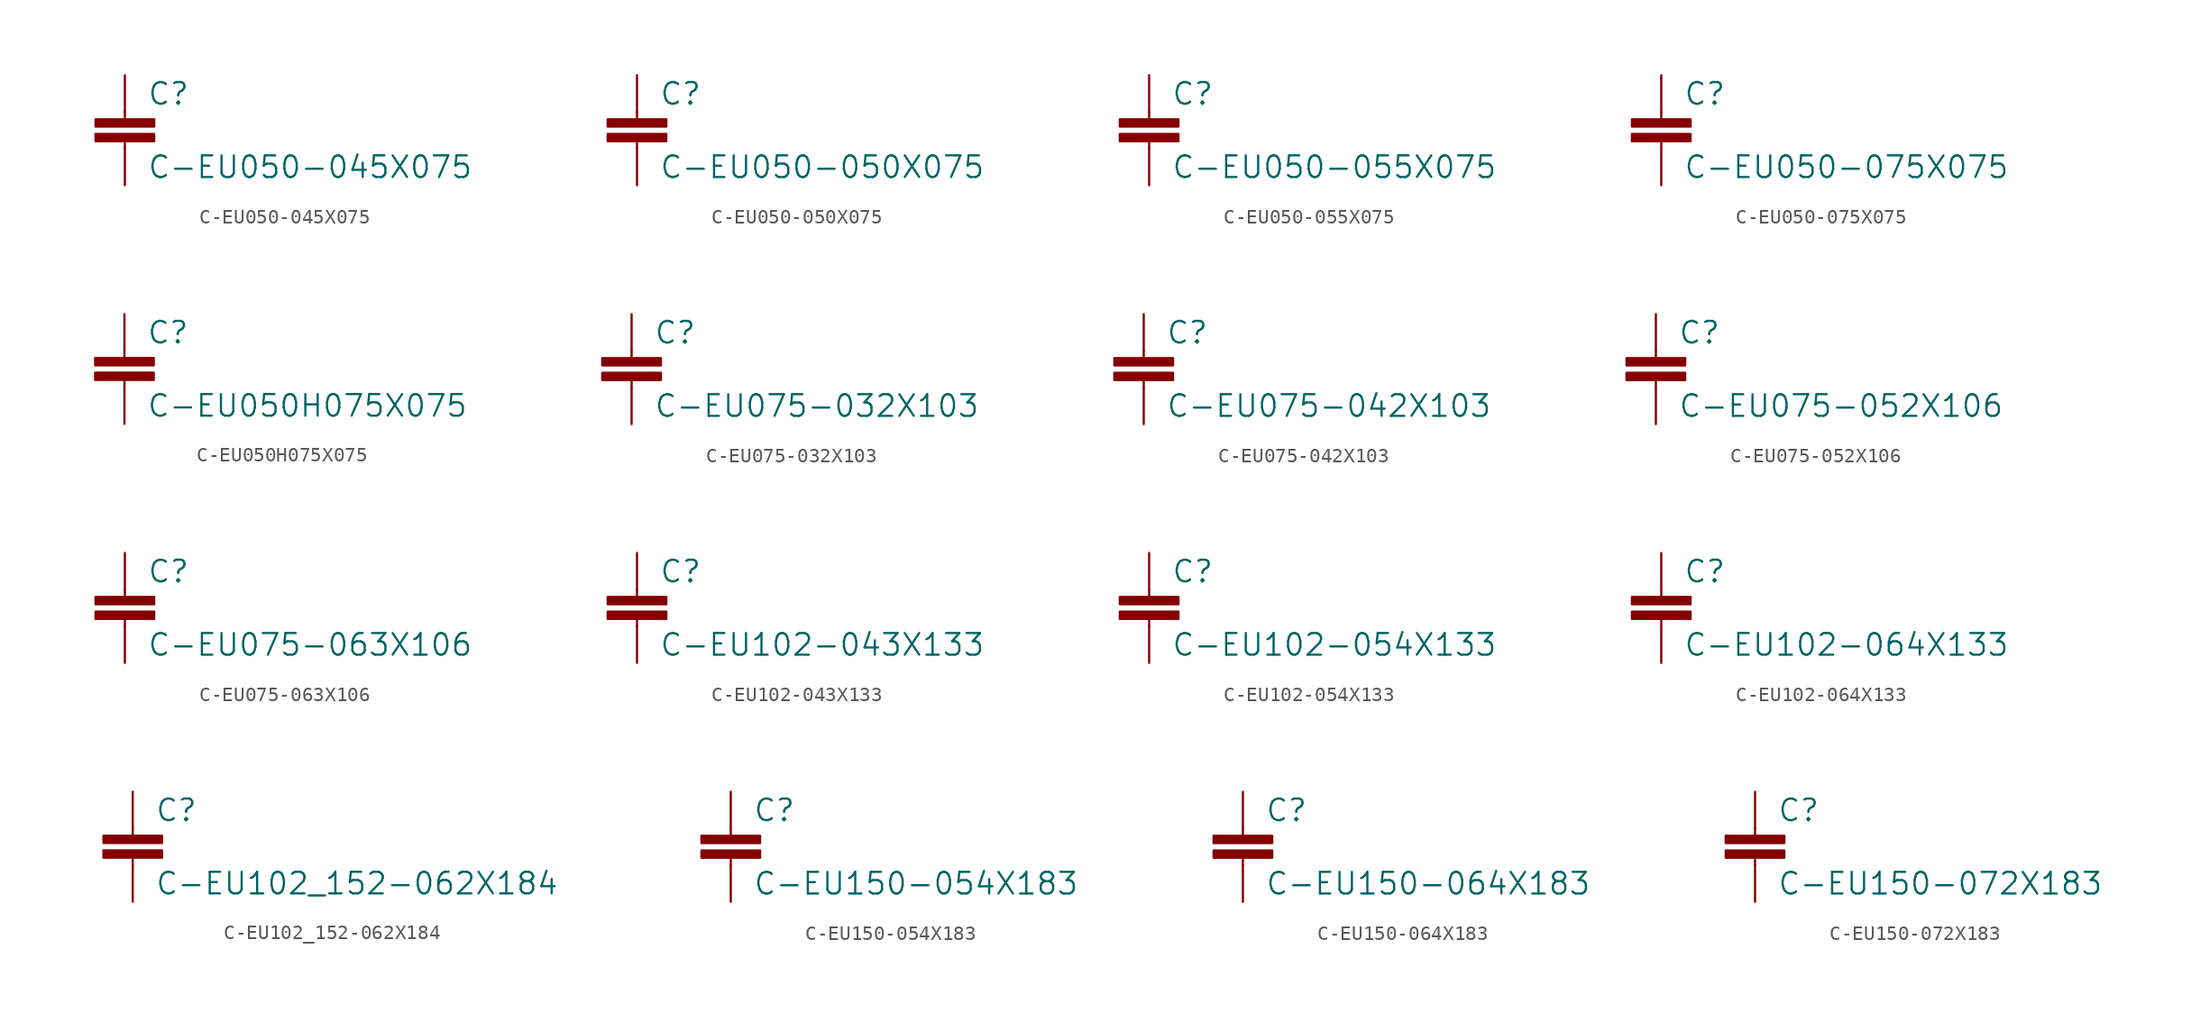
<source format=kicad_sym>
(kicad_symbol_lib
  (version 20211014)
  (generator kicad_symbol_editor)
  (symbol "C-EU050-045X075"
    (pin_names
      (offset 1.016))
    (property "Reference" "C"
      (at 1.524 0.381 0)
      (effects (font (size 1.499 1.499)) (justify left bottom)))
    (property "Value" "C-EU050-045X075"
      (at 1.524 -4.699 0)
      (effects (font (size 1.499 1.499)) (justify left bottom)))
    (property "ki_locked" ""
      (at 0 0 0)
      (effects (font (size 1.27 1.27))))
    (symbol "C-EU050-045X075_1_0"
      (rectangle (start -2.032 -2.032) (end 2.032 -1.524) (stroke (width 0) (type default) (color 0 0 0 0)) (fill (type outline)))
      (rectangle (start -2.032 -1.016) (end 2.032 -0.508) (stroke (width 0) (type default) (color 0 0 0 0)) (fill (type outline)))
      (polyline (pts (xy 0 -2.54) (xy 0 -2.032)) (stroke (width 0) (type default) (color 0 0 0 0)) (fill (type none)))
      (polyline (pts (xy 0 0) (xy 0 -0.508)) (stroke (width 0) (type default) (color 0 0 0 0)) (fill (type none)))
      (pin passive line (at 0 2.54 270) (length 2.54) (name "1" (effects (font (size 0 0)))) (number "1" (effects (font (size 0 0)))))
      (pin passive line (at 0 -5.08 90) (length 2.54) (name "2" (effects (font (size 0 0)))) (number "2" (effects (font (size 0 0)))))))
  (symbol "C-EU050-050X075"
    (pin_names
      (offset 1.016))
    (property "Reference" "C"
      (at 1.524 0.381 0)
      (effects (font (size 1.499 1.499)) (justify left bottom)))
    (property "Value" "C-EU050-050X075"
      (at 1.524 -4.699 0)
      (effects (font (size 1.499 1.499)) (justify left bottom)))
    (property "ki_locked" ""
      (at 0 0 0)
      (effects (font (size 1.27 1.27))))
    (symbol "C-EU050-050X075_1_0"
      (rectangle (start -2.032 -2.032) (end 2.032 -1.524) (stroke (width 0) (type default) (color 0 0 0 0)) (fill (type outline)))
      (rectangle (start -2.032 -1.016) (end 2.032 -0.508) (stroke (width 0) (type default) (color 0 0 0 0)) (fill (type outline)))
      (polyline (pts (xy 0 -2.54) (xy 0 -2.032)) (stroke (width 0) (type default) (color 0 0 0 0)) (fill (type none)))
      (polyline (pts (xy 0 0) (xy 0 -0.508)) (stroke (width 0) (type default) (color 0 0 0 0)) (fill (type none)))
      (pin passive line (at 0 2.54 270) (length 2.54) (name "1" (effects (font (size 0 0)))) (number "1" (effects (font (size 0 0)))))
      (pin passive line (at 0 -5.08 90) (length 2.54) (name "2" (effects (font (size 0 0)))) (number "2" (effects (font (size 0 0)))))))
  (symbol "C-EU050-055X075"
    (pin_names
      (offset 1.016))
    (property "Reference" "C"
      (at 1.524 0.381 0)
      (effects (font (size 1.499 1.499)) (justify left bottom)))
    (property "Value" "C-EU050-055X075"
      (at 1.524 -4.699 0)
      (effects (font (size 1.499 1.499)) (justify left bottom)))
    (property "ki_locked" ""
      (at 0 0 0)
      (effects (font (size 1.27 1.27))))
    (symbol "C-EU050-055X075_1_0"
      (rectangle (start -2.032 -2.032) (end 2.032 -1.524) (stroke (width 0) (type default) (color 0 0 0 0)) (fill (type outline)))
      (rectangle (start -2.032 -1.016) (end 2.032 -0.508) (stroke (width 0) (type default) (color 0 0 0 0)) (fill (type outline)))
      (polyline (pts (xy 0 -2.54) (xy 0 -2.032)) (stroke (width 0) (type default) (color 0 0 0 0)) (fill (type none)))
      (polyline (pts (xy 0 0) (xy 0 -0.508)) (stroke (width 0) (type default) (color 0 0 0 0)) (fill (type none)))
      (pin passive line (at 0 2.54 270) (length 2.54) (name "1" (effects (font (size 0 0)))) (number "1" (effects (font (size 0 0)))))
      (pin passive line (at 0 -5.08 90) (length 2.54) (name "2" (effects (font (size 0 0)))) (number "2" (effects (font (size 0 0)))))))
  (symbol "C-EU050-075X075"
    (pin_names
      (offset 1.016))
    (property "Reference" "C"
      (at 1.524 0.381 0)
      (effects (font (size 1.499 1.499)) (justify left bottom)))
    (property "Value" "C-EU050-075X075"
      (at 1.524 -4.699 0)
      (effects (font (size 1.499 1.499)) (justify left bottom)))
    (property "ki_locked" ""
      (at 0 0 0)
      (effects (font (size 1.27 1.27))))
    (symbol "C-EU050-075X075_1_0"
      (rectangle (start -2.032 -2.032) (end 2.032 -1.524) (stroke (width 0) (type default) (color 0 0 0 0)) (fill (type outline)))
      (rectangle (start -2.032 -1.016) (end 2.032 -0.508) (stroke (width 0) (type default) (color 0 0 0 0)) (fill (type outline)))
      (polyline (pts (xy 0 -2.54) (xy 0 -2.032)) (stroke (width 0) (type default) (color 0 0 0 0)) (fill (type none)))
      (polyline (pts (xy 0 0) (xy 0 -0.508)) (stroke (width 0) (type default) (color 0 0 0 0)) (fill (type none)))
      (pin passive line (at 0 2.54 270) (length 2.54) (name "1" (effects (font (size 0 0)))) (number "1" (effects (font (size 0 0)))))
      (pin passive line (at 0 -5.08 90) (length 2.54) (name "2" (effects (font (size 0 0)))) (number "2" (effects (font (size 0 0)))))))
  (symbol "C-EU050H075X075"
    (pin_names
      (offset 1.016))
    (property "Reference" "C"
      (at 1.524 0.381 0)
      (effects (font (size 1.499 1.499)) (justify left bottom)))
    (property "Value" "C-EU050H075X075"
      (at 1.524 -4.699 0)
      (effects (font (size 1.499 1.499)) (justify left bottom)))
    (property "ki_locked" ""
      (at 0 0 0)
      (effects (font (size 1.27 1.27))))
    (symbol "C-EU050H075X075_1_0"
      (rectangle (start -2.032 -2.032) (end 2.032 -1.524) (stroke (width 0) (type default) (color 0 0 0 0)) (fill (type outline)))
      (rectangle (start -2.032 -1.016) (end 2.032 -0.508) (stroke (width 0) (type default) (color 0 0 0 0)) (fill (type outline)))
      (polyline (pts (xy 0 -2.54) (xy 0 -2.032)) (stroke (width 0) (type default) (color 0 0 0 0)) (fill (type none)))
      (polyline (pts (xy 0 0) (xy 0 -0.508)) (stroke (width 0) (type default) (color 0 0 0 0)) (fill (type none)))
      (pin passive line (at 0 2.54 270) (length 2.54) (name "1" (effects (font (size 0 0)))) (number "1" (effects (font (size 0 0)))))
      (pin passive line (at 0 -5.08 90) (length 2.54) (name "2" (effects (font (size 0 0)))) (number "2" (effects (font (size 0 0)))))))
  (symbol "C-EU075-032X103"
    (pin_names
      (offset 1.016))
    (property "Reference" "C"
      (at 1.524 0.381 0)
      (effects (font (size 1.499 1.499)) (justify left bottom)))
    (property "Value" "C-EU075-032X103"
      (at 1.524 -4.699 0)
      (effects (font (size 1.499 1.499)) (justify left bottom)))
    (property "ki_locked" ""
      (at 0 0 0)
      (effects (font (size 1.27 1.27))))
    (symbol "C-EU075-032X103_1_0"
      (rectangle (start -2.032 -2.032) (end 2.032 -1.524) (stroke (width 0) (type default) (color 0 0 0 0)) (fill (type outline)))
      (rectangle (start -2.032 -1.016) (end 2.032 -0.508) (stroke (width 0) (type default) (color 0 0 0 0)) (fill (type outline)))
      (polyline (pts (xy 0 -2.54) (xy 0 -2.032)) (stroke (width 0) (type default) (color 0 0 0 0)) (fill (type none)))
      (polyline (pts (xy 0 0) (xy 0 -0.508)) (stroke (width 0) (type default) (color 0 0 0 0)) (fill (type none)))
      (pin passive line (at 0 2.54 270) (length 2.54) (name "1" (effects (font (size 0 0)))) (number "1" (effects (font (size 0 0)))))
      (pin passive line (at 0 -5.08 90) (length 2.54) (name "2" (effects (font (size 0 0)))) (number "2" (effects (font (size 0 0)))))))
  (symbol "C-EU075-042X103"
    (pin_names
      (offset 1.016))
    (property "Reference" "C"
      (at 1.524 0.381 0)
      (effects (font (size 1.499 1.499)) (justify left bottom)))
    (property "Value" "C-EU075-042X103"
      (at 1.524 -4.699 0)
      (effects (font (size 1.499 1.499)) (justify left bottom)))
    (property "ki_locked" ""
      (at 0 0 0)
      (effects (font (size 1.27 1.27))))
    (symbol "C-EU075-042X103_1_0"
      (rectangle (start -2.032 -2.032) (end 2.032 -1.524) (stroke (width 0) (type default) (color 0 0 0 0)) (fill (type outline)))
      (rectangle (start -2.032 -1.016) (end 2.032 -0.508) (stroke (width 0) (type default) (color 0 0 0 0)) (fill (type outline)))
      (polyline (pts (xy 0 -2.54) (xy 0 -2.032)) (stroke (width 0) (type default) (color 0 0 0 0)) (fill (type none)))
      (polyline (pts (xy 0 0) (xy 0 -0.508)) (stroke (width 0) (type default) (color 0 0 0 0)) (fill (type none)))
      (pin passive line (at 0 2.54 270) (length 2.54) (name "1" (effects (font (size 0 0)))) (number "1" (effects (font (size 0 0)))))
      (pin passive line (at 0 -5.08 90) (length 2.54) (name "2" (effects (font (size 0 0)))) (number "2" (effects (font (size 0 0)))))))
  (symbol "C-EU075-052X106"
    (pin_names
      (offset 1.016))
    (property "Reference" "C"
      (at 1.524 0.381 0)
      (effects (font (size 1.499 1.499)) (justify left bottom)))
    (property "Value" "C-EU075-052X106"
      (at 1.524 -4.699 0)
      (effects (font (size 1.499 1.499)) (justify left bottom)))
    (property "ki_locked" ""
      (at 0 0 0)
      (effects (font (size 1.27 1.27))))
    (symbol "C-EU075-052X106_1_0"
      (rectangle (start -2.032 -2.032) (end 2.032 -1.524) (stroke (width 0) (type default) (color 0 0 0 0)) (fill (type outline)))
      (rectangle (start -2.032 -1.016) (end 2.032 -0.508) (stroke (width 0) (type default) (color 0 0 0 0)) (fill (type outline)))
      (polyline (pts (xy 0 -2.54) (xy 0 -2.032)) (stroke (width 0) (type default) (color 0 0 0 0)) (fill (type none)))
      (polyline (pts (xy 0 0) (xy 0 -0.508)) (stroke (width 0) (type default) (color 0 0 0 0)) (fill (type none)))
      (pin passive line (at 0 2.54 270) (length 2.54) (name "1" (effects (font (size 0 0)))) (number "1" (effects (font (size 0 0)))))
      (pin passive line (at 0 -5.08 90) (length 2.54) (name "2" (effects (font (size 0 0)))) (number "2" (effects (font (size 0 0)))))))
  (symbol "C-EU075-063X106"
    (pin_names
      (offset 1.016))
    (property "Reference" "C"
      (at 1.524 0.381 0)
      (effects (font (size 1.499 1.499)) (justify left bottom)))
    (property "Value" "C-EU075-063X106"
      (at 1.524 -4.699 0)
      (effects (font (size 1.499 1.499)) (justify left bottom)))
    (property "ki_locked" ""
      (at 0 0 0)
      (effects (font (size 1.27 1.27))))
    (symbol "C-EU075-063X106_1_0"
      (rectangle (start -2.032 -2.032) (end 2.032 -1.524) (stroke (width 0) (type default) (color 0 0 0 0)) (fill (type outline)))
      (rectangle (start -2.032 -1.016) (end 2.032 -0.508) (stroke (width 0) (type default) (color 0 0 0 0)) (fill (type outline)))
      (polyline (pts (xy 0 -2.54) (xy 0 -2.032)) (stroke (width 0) (type default) (color 0 0 0 0)) (fill (type none)))
      (polyline (pts (xy 0 0) (xy 0 -0.508)) (stroke (width 0) (type default) (color 0 0 0 0)) (fill (type none)))
      (pin passive line (at 0 2.54 270) (length 2.54) (name "1" (effects (font (size 0 0)))) (number "1" (effects (font (size 0 0)))))
      (pin passive line (at 0 -5.08 90) (length 2.54) (name "2" (effects (font (size 0 0)))) (number "2" (effects (font (size 0 0)))))))
  (symbol "C-EU102-043X133"
    (pin_names
      (offset 1.016))
    (property "Reference" "C"
      (at 1.524 0.381 0)
      (effects (font (size 1.499 1.499)) (justify left bottom)))
    (property "Value" "C-EU102-043X133"
      (at 1.524 -4.699 0)
      (effects (font (size 1.499 1.499)) (justify left bottom)))
    (property "ki_locked" ""
      (at 0 0 0)
      (effects (font (size 1.27 1.27))))
    (symbol "C-EU102-043X133_1_0"
      (rectangle (start -2.032 -2.032) (end 2.032 -1.524) (stroke (width 0) (type default) (color 0 0 0 0)) (fill (type outline)))
      (rectangle (start -2.032 -1.016) (end 2.032 -0.508) (stroke (width 0) (type default) (color 0 0 0 0)) (fill (type outline)))
      (polyline (pts (xy 0 -2.54) (xy 0 -2.032)) (stroke (width 0) (type default) (color 0 0 0 0)) (fill (type none)))
      (polyline (pts (xy 0 0) (xy 0 -0.508)) (stroke (width 0) (type default) (color 0 0 0 0)) (fill (type none)))
      (pin passive line (at 0 2.54 270) (length 2.54) (name "1" (effects (font (size 0 0)))) (number "1" (effects (font (size 0 0)))))
      (pin passive line (at 0 -5.08 90) (length 2.54) (name "2" (effects (font (size 0 0)))) (number "2" (effects (font (size 0 0)))))))
  (symbol "C-EU102-054X133"
    (pin_names
      (offset 1.016))
    (property "Reference" "C"
      (at 1.524 0.381 0)
      (effects (font (size 1.499 1.499)) (justify left bottom)))
    (property "Value" "C-EU102-054X133"
      (at 1.524 -4.699 0)
      (effects (font (size 1.499 1.499)) (justify left bottom)))
    (property "ki_locked" ""
      (at 0 0 0)
      (effects (font (size 1.27 1.27))))
    (symbol "C-EU102-054X133_1_0"
      (rectangle (start -2.032 -2.032) (end 2.032 -1.524) (stroke (width 0) (type default) (color 0 0 0 0)) (fill (type outline)))
      (rectangle (start -2.032 -1.016) (end 2.032 -0.508) (stroke (width 0) (type default) (color 0 0 0 0)) (fill (type outline)))
      (polyline (pts (xy 0 -2.54) (xy 0 -2.032)) (stroke (width 0) (type default) (color 0 0 0 0)) (fill (type none)))
      (polyline (pts (xy 0 0) (xy 0 -0.508)) (stroke (width 0) (type default) (color 0 0 0 0)) (fill (type none)))
      (pin passive line (at 0 2.54 270) (length 2.54) (name "1" (effects (font (size 0 0)))) (number "1" (effects (font (size 0 0)))))
      (pin passive line (at 0 -5.08 90) (length 2.54) (name "2" (effects (font (size 0 0)))) (number "2" (effects (font (size 0 0)))))))
  (symbol "C-EU102-064X133"
    (pin_names
      (offset 1.016))
    (property "Reference" "C"
      (at 1.524 0.381 0)
      (effects (font (size 1.499 1.499)) (justify left bottom)))
    (property "Value" "C-EU102-064X133"
      (at 1.524 -4.699 0)
      (effects (font (size 1.499 1.499)) (justify left bottom)))
    (property "ki_locked" ""
      (at 0 0 0)
      (effects (font (size 1.27 1.27))))
    (symbol "C-EU102-064X133_1_0"
      (rectangle (start -2.032 -2.032) (end 2.032 -1.524) (stroke (width 0) (type default) (color 0 0 0 0)) (fill (type outline)))
      (rectangle (start -2.032 -1.016) (end 2.032 -0.508) (stroke (width 0) (type default) (color 0 0 0 0)) (fill (type outline)))
      (polyline (pts (xy 0 -2.54) (xy 0 -2.032)) (stroke (width 0) (type default) (color 0 0 0 0)) (fill (type none)))
      (polyline (pts (xy 0 0) (xy 0 -0.508)) (stroke (width 0) (type default) (color 0 0 0 0)) (fill (type none)))
      (pin passive line (at 0 2.54 270) (length 2.54) (name "1" (effects (font (size 0 0)))) (number "1" (effects (font (size 0 0)))))
      (pin passive line (at 0 -5.08 90) (length 2.54) (name "2" (effects (font (size 0 0)))) (number "2" (effects (font (size 0 0)))))))
  (symbol "C-EU102_152-062X184"
    (pin_names
      (offset 1.016))
    (property "Reference" "C"
      (at 1.524 0.381 0)
      (effects (font (size 1.499 1.499)) (justify left bottom)))
    (property "Value" "C-EU102_152-062X184"
      (at 1.524 -4.699 0)
      (effects (font (size 1.499 1.499)) (justify left bottom)))
    (property "ki_locked" ""
      (at 0 0 0)
      (effects (font (size 1.27 1.27))))
    (symbol "C-EU102_152-062X184_1_0"
      (rectangle (start -2.032 -2.032) (end 2.032 -1.524) (stroke (width 0) (type default) (color 0 0 0 0)) (fill (type outline)))
      (rectangle (start -2.032 -1.016) (end 2.032 -0.508) (stroke (width 0) (type default) (color 0 0 0 0)) (fill (type outline)))
      (polyline (pts (xy 0 -2.54) (xy 0 -2.032)) (stroke (width 0) (type default) (color 0 0 0 0)) (fill (type none)))
      (polyline (pts (xy 0 0) (xy 0 -0.508)) (stroke (width 0) (type default) (color 0 0 0 0)) (fill (type none)))
      (pin passive line (at 0 2.54 270) (length 2.54) (name "1" (effects (font (size 0 0)))) (number "1" (effects (font (size 0 0)))))
      (pin passive line (at 0 -5.08 90) (length 2.54) (name "2" (effects (font (size 0 0)))) (number "2" (effects (font (size 0 0)))))))
  (symbol "C-EU150-054X183"
    (pin_names
      (offset 1.016))
    (property "Reference" "C"
      (at 1.524 0.381 0)
      (effects (font (size 1.499 1.499)) (justify left bottom)))
    (property "Value" "C-EU150-054X183"
      (at 1.524 -4.699 0)
      (effects (font (size 1.499 1.499)) (justify left bottom)))
    (property "ki_locked" ""
      (at 0 0 0)
      (effects (font (size 1.27 1.27))))
    (symbol "C-EU150-054X183_1_0"
      (rectangle (start -2.032 -2.032) (end 2.032 -1.524) (stroke (width 0) (type default) (color 0 0 0 0)) (fill (type outline)))
      (rectangle (start -2.032 -1.016) (end 2.032 -0.508) (stroke (width 0) (type default) (color 0 0 0 0)) (fill (type outline)))
      (polyline (pts (xy 0 -2.54) (xy 0 -2.032)) (stroke (width 0) (type default) (color 0 0 0 0)) (fill (type none)))
      (polyline (pts (xy 0 0) (xy 0 -0.508)) (stroke (width 0) (type default) (color 0 0 0 0)) (fill (type none)))
      (pin passive line (at 0 2.54 270) (length 2.54) (name "1" (effects (font (size 0 0)))) (number "1" (effects (font (size 0 0)))))
      (pin passive line (at 0 -5.08 90) (length 2.54) (name "2" (effects (font (size 0 0)))) (number "2" (effects (font (size 0 0)))))))
  (symbol "C-EU150-064X183"
    (pin_names
      (offset 1.016))
    (property "Reference" "C"
      (at 1.524 0.381 0)
      (effects (font (size 1.499 1.499)) (justify left bottom)))
    (property "Value" "C-EU150-064X183"
      (at 1.524 -4.699 0)
      (effects (font (size 1.499 1.499)) (justify left bottom)))
    (property "ki_locked" ""
      (at 0 0 0)
      (effects (font (size 1.27 1.27))))
    (symbol "C-EU150-064X183_1_0"
      (rectangle (start -2.032 -2.032) (end 2.032 -1.524) (stroke (width 0) (type default) (color 0 0 0 0)) (fill (type outline)))
      (rectangle (start -2.032 -1.016) (end 2.032 -0.508) (stroke (width 0) (type default) (color 0 0 0 0)) (fill (type outline)))
      (polyline (pts (xy 0 -2.54) (xy 0 -2.032)) (stroke (width 0) (type default) (color 0 0 0 0)) (fill (type none)))
      (polyline (pts (xy 0 0) (xy 0 -0.508)) (stroke (width 0) (type default) (color 0 0 0 0)) (fill (type none)))
      (pin passive line (at 0 2.54 270) (length 2.54) (name "1" (effects (font (size 0 0)))) (number "1" (effects (font (size 0 0)))))
      (pin passive line (at 0 -5.08 90) (length 2.54) (name "2" (effects (font (size 0 0)))) (number "2" (effects (font (size 0 0)))))))
  (symbol "C-EU150-072X183"
    (pin_names
      (offset 1.016))
    (property "Reference" "C"
      (at 1.524 0.381 0)
      (effects (font (size 1.499 1.499)) (justify left bottom)))
    (property "Value" "C-EU150-072X183"
      (at 1.524 -4.699 0)
      (effects (font (size 1.499 1.499)) (justify left bottom)))
    (property "ki_locked" ""
      (at 0 0 0)
      (effects (font (size 1.27 1.27))))
    (symbol "C-EU150-072X183_1_0"
      (rectangle (start -2.032 -2.032) (end 2.032 -1.524) (stroke (width 0) (type default) (color 0 0 0 0)) (fill (type outline)))
      (rectangle (start -2.032 -1.016) (end 2.032 -0.508) (stroke (width 0) (type default) (color 0 0 0 0)) (fill (type outline)))
      (polyline (pts (xy 0 -2.54) (xy 0 -2.032)) (stroke (width 0) (type default) (color 0 0 0 0)) (fill (type none)))
      (polyline (pts (xy 0 0) (xy 0 -0.508)) (stroke (width 0) (type default) (color 0 0 0 0)) (fill (type none)))
      (pin passive line (at 0 2.54 270) (length 2.54) (name "1" (effects (font (size 0 0)))) (number "1" (effects (font (size 0 0)))))
      (pin passive line (at 0 -5.08 90) (length 2.54) (name "2" (effects (font (size 0 0)))) (number "2" (effects (font (size 0 0))))))))
</source>
